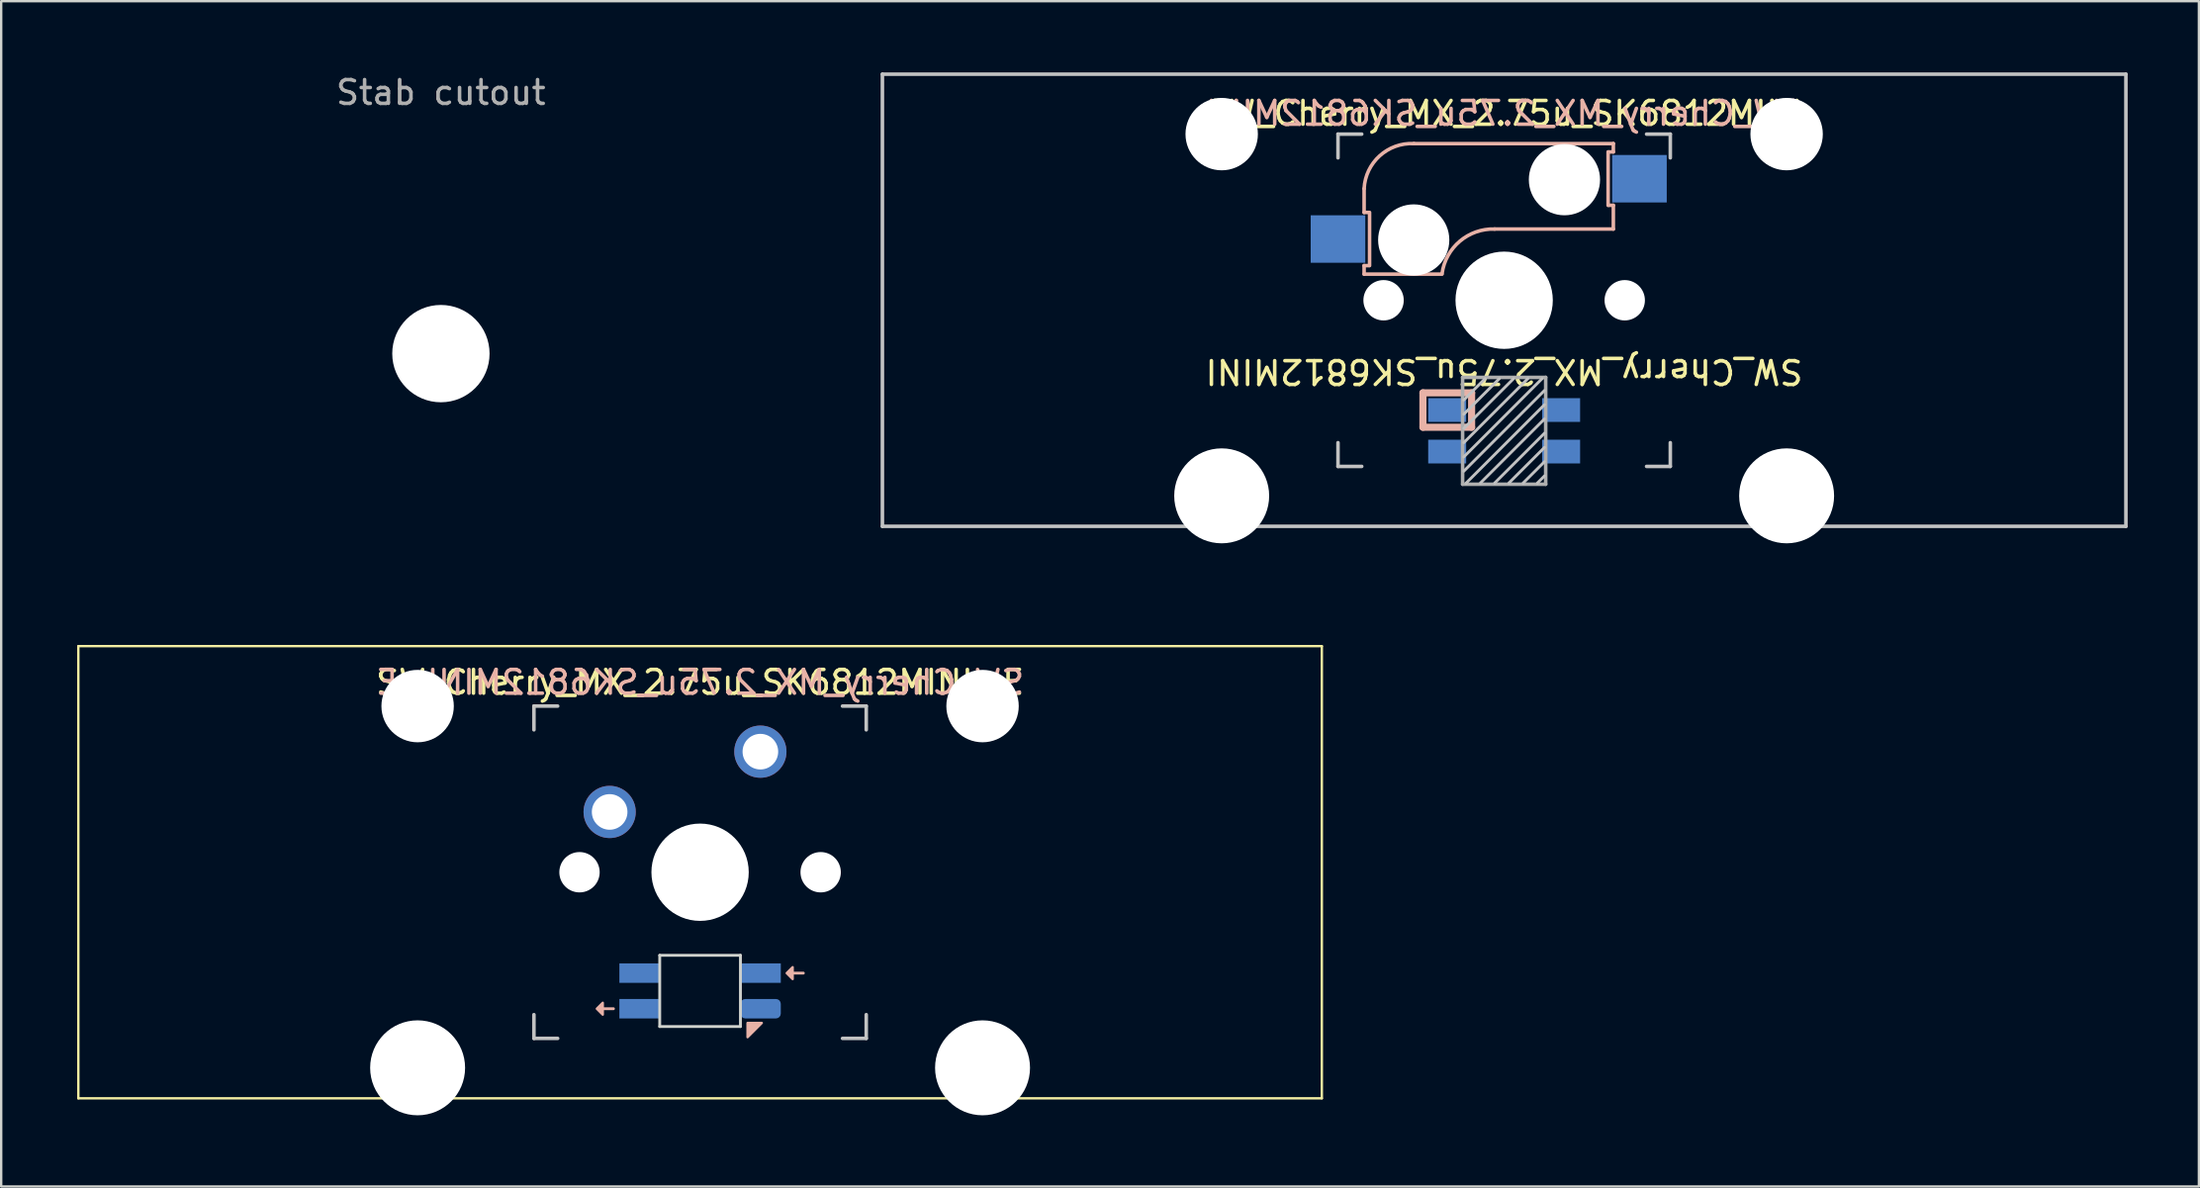
<source format=kicad_pcb>
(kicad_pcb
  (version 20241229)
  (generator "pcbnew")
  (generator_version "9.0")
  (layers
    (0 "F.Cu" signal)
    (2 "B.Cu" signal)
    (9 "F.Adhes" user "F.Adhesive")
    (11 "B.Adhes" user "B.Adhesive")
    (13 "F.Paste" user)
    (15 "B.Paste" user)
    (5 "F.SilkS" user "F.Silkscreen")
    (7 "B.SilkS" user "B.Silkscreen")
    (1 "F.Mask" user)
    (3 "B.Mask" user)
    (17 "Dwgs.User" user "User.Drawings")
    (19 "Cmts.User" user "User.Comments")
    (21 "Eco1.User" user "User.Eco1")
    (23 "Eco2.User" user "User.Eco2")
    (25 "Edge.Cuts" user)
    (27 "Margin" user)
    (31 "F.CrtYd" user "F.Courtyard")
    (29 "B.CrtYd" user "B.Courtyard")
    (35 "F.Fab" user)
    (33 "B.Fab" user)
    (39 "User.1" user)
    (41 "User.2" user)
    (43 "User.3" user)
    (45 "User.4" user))
  (footprint "SW_Cherry_MX_2.75u_SK6812MINI-E"
    (layer "F.Cu")
    (at 0.25 24.173)
    (property "Reference" "SW_Cherry_MX_2.75u_SK6812MINI-E" (at 26.194 1.525 0) (unlocked yes) (layer "F.SilkS") (effects (font (size 1 1) (thickness 0.15))))
    (attr through_hole)
    (fp_line (start 0 0) (end 52.388 0) (stroke (width 0.1) (type solid)) (layer "F.SilkS"))
    (fp_line (start 0 19.05) (end 0 0) (stroke (width 0.1) (type solid)) (layer "F.SilkS"))
    (fp_line (start 52.388 0) (end 52.388 19.05) (stroke (width 0.1) (type solid)) (layer "F.SilkS"))
    (fp_line (start 52.388 19.05) (end 0 19.05) (stroke (width 0.1) (type solid)) (layer "F.SilkS"))
    (fp_line (start 22.094 15.275) (end 22.544 15.275) (stroke (width 0.12) (type solid)) (layer "B.SilkS"))
    (fp_line (start 30.094 13.775) (end 30.544 13.775) (stroke (width 0.12) (type solid)) (layer "B.SilkS"))
    (fp_poly (pts (xy 22.094 15.025) (xy 21.844 15.275) (xy 22.094 15.525)) (stroke (width 0.1) (type solid)) (fill yes) (layer "B.SilkS"))
    (fp_poly (pts (xy 28.194 16.475) (xy 28.194 15.875) (xy 28.794 15.875)) (stroke (width 0.1) (type solid)) (fill yes) (layer "B.SilkS"))
    (fp_poly (pts (xy 30.094 13.525) (xy 29.844 13.775) (xy 30.094 14.025)) (stroke (width 0.1) (type solid)) (fill yes) (layer "B.SilkS"))
    (fp_line (start 19.194 2.525) (end 20.194 2.525) (stroke (width 0.15) (type solid)) (layer "Dwgs.User"))
    (fp_line (start 19.194 3.525) (end 19.194 2.525) (stroke (width 0.15) (type solid)) (layer "Dwgs.User"))
    (fp_line (start 19.194 15.525) (end 19.194 16.525) (stroke (width 0.15) (type solid)) (layer "Dwgs.User"))
    (fp_line (start 19.194 16.525) (end 20.194 16.525) (stroke (width 0.15) (type solid)) (layer "Dwgs.User"))
    (fp_line (start 32.194 16.525) (end 33.194 16.525) (stroke (width 0.15) (type solid)) (layer "Dwgs.User"))
    (fp_line (start 33.194 2.525) (end 32.194 2.525) (stroke (width 0.15) (type solid)) (layer "Dwgs.User"))
    (fp_line (start 33.194 2.525) (end 33.194 3.525) (stroke (width 0.15) (type solid)) (layer "Dwgs.User"))
    (fp_line (start 33.194 16.525) (end 33.194 15.525) (stroke (width 0.15) (type solid)) (layer "Dwgs.User"))
    (fp_line (start 10.064 17.297) (end 10.065 3.835) (stroke (width 0.05) (type solid)) (layer "Eco1.User"))
    (fp_line (start 10.065 3.835) (end 19.15 3.835) (stroke (width 0.05) (type solid)) (layer "Eco1.User"))
    (fp_line (start 17.148 16.129) (end 17.148 17.297) (stroke (width 0.05) (type solid)) (layer "Eco1.User"))
    (fp_line (start 17.148 17.297) (end 10.064 17.297) (stroke (width 0.05) (type solid)) (layer "Eco1.User"))
    (fp_line (start 19.15 2.475) (end 19.15 3.835) (stroke (width 0.05) (type solid)) (layer "Eco1.User"))
    (fp_line (start 19.15 2.475) (end 33.25 2.475) (stroke (width 0.05) (type solid)) (layer "Eco1.User"))
    (fp_line (start 19.15 16.129) (end 17.148 16.129) (stroke (width 0.05) (type solid)) (layer "Eco1.User"))
    (fp_line (start 19.15 16.129) (end 19.15 16.576) (stroke (width 0.05) (type solid)) (layer "Eco1.User"))
    (fp_line (start 33.25 2.475) (end 33.25 3.835) (stroke (width 0.05) (type solid)) (layer "Eco1.User"))
    (fp_line (start 33.25 16.129) (end 33.25 16.576) (stroke (width 0.05) (type solid)) (layer "Eco1.User"))
    (fp_line (start 33.25 16.129) (end 35.244 16.129) (stroke (width 0.05) (type solid)) (layer "Eco1.User"))
    (fp_line (start 33.25 16.576) (end 19.15 16.576) (stroke (width 0.05) (type solid)) (layer "Eco1.User"))
    (fp_line (start 35.244 17.297) (end 35.244 16.129) (stroke (width 0.05) (type solid)) (layer "Eco1.User"))
    (fp_line (start 35.244 17.297) (end 42.324 17.297) (stroke (width 0.05) (type solid)) (layer "Eco1.User"))
    (fp_line (start 42.323 3.835) (end 33.25 3.835) (stroke (width 0.05) (type solid)) (layer "Eco1.User"))
    (fp_line (start 42.324 17.297) (end 42.323 3.835) (stroke (width 0.05) (type solid)) (layer "Eco1.User"))
    (fp_line (start 24.494 13.025) (end 27.894 13.025) (stroke (width 0.12) (type solid)) (layer "Edge.Cuts"))
    (fp_line (start 24.494 16.025) (end 24.494 13.025) (stroke (width 0.12) (type solid)) (layer "Edge.Cuts"))
    (fp_line (start 27.894 13.025) (end 27.894 16.025) (stroke (width 0.12) (type solid)) (layer "Edge.Cuts"))
    (fp_line (start 27.894 16.025) (end 24.494 16.025) (stroke (width 0.12) (type solid)) (layer "Edge.Cuts"))
    (fp_text user "${REFERENCE}" (at 26.194 1.525 0) (layer "B.SilkS") (effects (font (size 1 1) (thickness 0.15)) (justify mirror)))
    (pad "" np_thru_hole circle (at 14.294 2.525) (size 3.05 3.05) (drill 3.05) (layers "*.Cu" "*.Mask"))
    (pad "" np_thru_hole circle (at 14.294 17.765) (size 4 4) (drill 4) (layers "*.Cu" "*.Mask"))
    (pad "" np_thru_hole circle (at 21.114 9.525) (size 1.7 1.7) (drill 1.7) (layers "*.Cu" "*.Mask"))
    (pad "" np_thru_hole circle (at 26.194 9.525 90) (size 4.1 4.1) (drill 4.1) (layers "*.Cu" "*.Mask"))
    (pad "" np_thru_hole circle (at 31.274 9.525) (size 1.7 1.7) (drill 1.7) (layers "*.Cu" "*.Mask"))
    (pad "" np_thru_hole circle (at 38.094 2.525) (size 3.05 3.05) (drill 3.05) (layers "*.Cu" "*.Mask"))
    (pad "" np_thru_hole circle (at 38.094 17.765) (size 4 4) (drill 4) (layers "*.Cu" "*.Mask"))
    (pad "1" thru_hole circle (at 22.384 6.985 180) (size 2.2 2.2) (drill 1.5) (layers "*.Cu" "*.Mask"))
    (pad "2" thru_hole circle (at 28.734 4.445 180) (size 2.2 2.2) (drill 1.5) (layers "*.Cu" "*.Mask"))
    (pad "3" smd rect (at 23.644 13.775) (size 1.7 0.82) (layers "B.Cu" "B.Mask" "B.Paste"))
    (pad "4" smd rect (at 23.644 15.275) (size 1.7 0.82) (layers "B.Cu" "B.Mask" "B.Paste"))
    (pad "5" smd roundrect (at 28.744 15.275) (size 1.7 0.82) (layers "B.Cu" "B.Mask" "B.Paste") (roundrect_rratio 0.25))
    (pad "6" smd rect (at 28.744 13.775) (size 1.7 0.82) (layers "B.Cu" "B.Mask" "B.Paste")))
  (footprint "SW_Cherry_MX_2.75u_SK6812MINI"
    (layer "F.Cu")
    (at 60.319 9.6)
    (property "Reference" "SW_Cherry_MX_2.75u_SK6812MINI" (at 0 3 180) (unlocked yes) (layer "F.SilkS") (effects (font (size 1 1) (thickness 0.15))))
    (attr through_hole)
    (fp_line (start -5.9 -4.7) (end -5.9 -3.7) (stroke (width 0.15) (type solid)) (layer "B.SilkS"))
    (fp_line (start -5.9 -3.7) (end -5.7 -3.7) (stroke (width 0.15) (type solid)) (layer "B.SilkS"))
    (fp_line (start -5.9 -1.1) (end -5.9 -1.46) (stroke (width 0.15) (type solid)) (layer "B.SilkS"))
    (fp_line (start -5.9 -1.1) (end -2.62 -1.1) (stroke (width 0.15) (type solid)) (layer "B.SilkS"))
    (fp_line (start -5.7 -1.46) (end -5.9 -1.46) (stroke (width 0.15) (type solid)) (layer "B.SilkS"))
    (fp_line (start -5.67 -3.7) (end -5.67 -1.46) (stroke (width 0.15) (type solid)) (layer "B.SilkS"))
    (fp_line (start -3.421 3.9) (end -1.371 3.9) (stroke (width 0.3) (type solid)) (layer "B.SilkS"))
    (fp_line (start -3.421 5.35) (end -3.421 3.9) (stroke (width 0.3) (type solid)) (layer "B.SilkS"))
    (fp_line (start -1.371 3.9) (end -1.371 5.35) (stroke (width 0.3) (type solid)) (layer "B.SilkS"))
    (fp_line (start -1.371 5.35) (end -3.421 5.35) (stroke (width 0.3) (type solid)) (layer "B.SilkS"))
    (fp_line (start -0.4 -3) (end 4.6 -3) (stroke (width 0.15) (type solid)) (layer "B.SilkS"))
    (fp_line (start 4.38 -4) (end 4.38 -6.25) (stroke (width 0.15) (type solid)) (layer "B.SilkS"))
    (fp_line (start 4.4 -6.25) (end 4.6 -6.25) (stroke (width 0.15) (type solid)) (layer "B.SilkS"))
    (fp_line (start 4.6 -6.6) (end -3.8 -6.6) (stroke (width 0.15) (type solid)) (layer "B.SilkS"))
    (fp_line (start 4.6 -6.25) (end 4.6 -6.6) (stroke (width 0.15) (type solid)) (layer "B.SilkS"))
    (fp_line (start 4.6 -4) (end 4.4 -4) (stroke (width 0.15) (type solid)) (layer "B.SilkS"))
    (fp_line (start 4.6 -3) (end 4.6 -4) (stroke (width 0.15) (type solid)) (layer "B.SilkS"))
    (fp_arc (start -5.9 -4.699999) (mid -5.243504 -6.084924) (end -3.800001 -6.6) (stroke (width 0.15) (type solid)) (layer "B.SilkS"))
    (fp_arc (start -2.616318 -1.121471) (mid -1.868709 -2.486118) (end -0.4 -3) (stroke (width 0.15) (type solid)) (layer "B.SilkS"))
    (fp_line (start -26.194 -9.525) (end 26.194 -9.525) (stroke (width 0.15) (type solid)) (layer "Dwgs.User"))
    (fp_line (start -26.194 9.525) (end -26.194 -9.525) (stroke (width 0.15) (type solid)) (layer "Dwgs.User"))
    (fp_line (start -7 -7) (end -6 -7) (stroke (width 0.15) (type solid)) (layer "Dwgs.User"))
    (fp_line (start -7 -6) (end -7 -7) (stroke (width 0.15) (type solid)) (layer "Dwgs.User"))
    (fp_line (start -7 6) (end -7 7) (stroke (width 0.15) (type solid)) (layer "Dwgs.User"))
    (fp_line (start -7 7) (end -6 7) (stroke (width 0.15) (type solid)) (layer "Dwgs.User"))
    (fp_line (start -0.8 3.3) (end -1.7 4.2) (stroke (width 0.12) (type solid)) (layer "Dwgs.User"))
    (fp_line (start -0.2 3.3) (end -1.7 4.8) (stroke (width 0.12) (type solid)) (layer "Dwgs.User"))
    (fp_line (start 0.4 3.3) (end -1.7 5.4) (stroke (width 0.12) (type solid)) (layer "Dwgs.User"))
    (fp_line (start 1 3.3) (end -1.7 6) (stroke (width 0.12) (type solid)) (layer "Dwgs.User"))
    (fp_line (start 1.6 3.3) (end -1.7 6.6) (stroke (width 0.12) (type solid)) (layer "Dwgs.User"))
    (fp_line (start 1.7 3.8) (end -1.7 7.2) (stroke (width 0.12) (type solid)) (layer "Dwgs.User"))
    (fp_line (start 1.7 4.4) (end -1.6 7.7) (stroke (width 0.12) (type solid)) (layer "Dwgs.User"))
    (fp_line (start 1.7 5) (end -1 7.7) (stroke (width 0.12) (type solid)) (layer "Dwgs.User"))
    (fp_line (start 1.7 5.6) (end -0.4 7.7) (stroke (width 0.12) (type solid)) (layer "Dwgs.User"))
    (fp_line (start 1.7 6.2) (end 0.2 7.7) (stroke (width 0.12) (type solid)) (layer "Dwgs.User"))
    (fp_line (start 1.7 6.8) (end 0.8 7.7) (stroke (width 0.12) (type solid)) (layer "Dwgs.User"))
    (fp_line (start 1.7 7.4) (end 1.4 7.7) (stroke (width 0.12) (type solid)) (layer "Dwgs.User"))
    (fp_line (start 6 7) (end 7 7) (stroke (width 0.15) (type solid)) (layer "Dwgs.User"))
    (fp_line (start 7 -7) (end 6 -7) (stroke (width 0.15) (type solid)) (layer "Dwgs.User"))
    (fp_line (start 7 -7) (end 7 -6) (stroke (width 0.15) (type solid)) (layer "Dwgs.User"))
    (fp_line (start 7 7) (end 7 6) (stroke (width 0.15) (type solid)) (layer "Dwgs.User"))
    (fp_line (start 26.194 -9.525) (end 26.194 9.525) (stroke (width 0.15) (type solid)) (layer "Dwgs.User"))
    (fp_line (start 26.194 9.525) (end -26.194 9.525) (stroke (width 0.15) (type solid)) (layer "Dwgs.User"))
    (fp_line (start -16.129 -2.286) (end -15.265 -2.286) (stroke (width 0.05) (type solid)) (layer "Eco1.User"))
    (fp_line (start -16.129 0.508) (end -16.129 -2.286) (stroke (width 0.05) (type solid)) (layer "Eco1.User"))
    (fp_line (start -15.265 -5.69) (end -8.611 -5.69) (stroke (width 0.05) (type solid)) (layer "Eco1.User"))
    (fp_line (start -15.265 -2.286) (end -15.265 -5.69) (stroke (width 0.05) (type solid)) (layer "Eco1.User"))
    (fp_line (start -15.265 0.508) (end -16.129 0.508) (stroke (width 0.05) (type solid)) (layer "Eco1.User"))
    (fp_line (start -15.265 6.604) (end -15.265 0.508) (stroke (width 0.05) (type solid)) (layer "Eco1.User"))
    (fp_line (start -14.224 6.604) (end -15.265 6.604) (stroke (width 0.05) (type solid)) (layer "Eco1.User"))
    (fp_line (start -14.224 7.772) (end -14.224 6.604) (stroke (width 0.05) (type solid)) (layer "Eco1.User"))
    (fp_line (start -9.652 6.604) (end -9.652 7.772) (stroke (width 0.05) (type solid)) (layer "Eco1.User"))
    (fp_line (start -9.652 7.772) (end -14.224 7.772) (stroke (width 0.05) (type solid)) (layer "Eco1.User"))
    (fp_line (start -8.611 -5.69) (end -8.611 -4.877) (stroke (width 0.05) (type solid)) (layer "Eco1.User"))
    (fp_line (start -8.611 -4.877) (end -6.985 -4.877) (stroke (width 0.05) (type solid)) (layer "Eco1.User"))
    (fp_line (start -8.611 5.817) (end -8.611 6.604) (stroke (width 0.05) (type solid)) (layer "Eco1.User"))
    (fp_line (start -8.611 6.604) (end -9.652 6.604) (stroke (width 0.05) (type solid)) (layer "Eco1.User"))
    (fp_line (start -6.985 -6.985) (end 6.985 -6.985) (stroke (width 0.05) (type solid)) (layer "Eco1.User"))
    (fp_line (start -6.985 -4.877) (end -6.985 -6.985) (stroke (width 0.05) (type solid)) (layer "Eco1.User"))
    (fp_line (start -6.985 5.817) (end -8.611 5.817) (stroke (width 0.05) (type solid)) (layer "Eco1.User"))
    (fp_line (start -6.985 6.985) (end -6.985 5.817) (stroke (width 0.05) (type solid)) (layer "Eco1.User"))
    (fp_line (start 6.985 -6.985) (end 6.985 -4.877) (stroke (width 0.05) (type solid)) (layer "Eco1.User"))
    (fp_line (start 6.985 -4.877) (end 8.611 -4.877) (stroke (width 0.05) (type solid)) (layer "Eco1.User"))
    (fp_line (start 6.985 5.817) (end 6.985 6.985) (stroke (width 0.05) (type solid)) (layer "Eco1.User"))
    (fp_line (start 6.985 6.985) (end -6.985 6.985) (stroke (width 0.05) (type solid)) (layer "Eco1.User"))
    (fp_line (start 8.611 -5.69) (end 15.265 -5.69) (stroke (width 0.05) (type solid)) (layer "Eco1.User"))
    (fp_line (start 8.611 -4.877) (end 8.611 -5.69) (stroke (width 0.05) (type solid)) (layer "Eco1.User"))
    (fp_line (start 8.611 5.817) (end 6.985 5.817) (stroke (width 0.05) (type solid)) (layer "Eco1.User"))
    (fp_line (start 8.611 6.604) (end 8.611 5.817) (stroke (width 0.05) (type solid)) (layer "Eco1.User"))
    (fp_line (start 9.652 6.604) (end 8.611 6.604) (stroke (width 0.05) (type solid)) (layer "Eco1.User"))
    (fp_line (start 9.652 7.772) (end 9.652 6.604) (stroke (width 0.05) (type solid)) (layer "Eco1.User"))
    (fp_line (start 14.224 6.604) (end 14.224 7.772) (stroke (width 0.05) (type solid)) (layer "Eco1.User"))
    (fp_line (start 14.224 7.772) (end 9.652 7.772) (stroke (width 0.05) (type solid)) (layer "Eco1.User"))
    (fp_line (start 15.265 -5.69) (end 15.265 -2.286) (stroke (width 0.05) (type solid)) (layer "Eco1.User"))
    (fp_line (start 15.265 -2.286) (end 16.129 -2.286) (stroke (width 0.05) (type solid)) (layer "Eco1.User"))
    (fp_line (start 15.265 0.508) (end 15.265 6.604) (stroke (width 0.05) (type solid)) (layer "Eco1.User"))
    (fp_line (start 15.265 6.604) (end 14.224 6.604) (stroke (width 0.05) (type solid)) (layer "Eco1.User"))
    (fp_line (start 16.129 -2.286) (end 16.129 0.508) (stroke (width 0.05) (type solid)) (layer "Eco1.User"))
    (fp_line (start 16.129 0.508) (end 15.265 0.508) (stroke (width 0.05) (type solid)) (layer "Eco1.User"))
    (fp_line (start -1.75 3.25) (end -1.75 7.75) (stroke (width 0.15) (type solid)) (layer "F.Fab"))
    (fp_line (start -1.75 3.25) (end 1.75 3.25) (stroke (width 0.15) (type solid)) (layer "F.Fab"))
    (fp_line (start 1.75 3.25) (end 1.75 7.75) (stroke (width 0.15) (type solid)) (layer "F.Fab"))
    (fp_line (start 1.75 7.75) (end -1.75 7.75) (stroke (width 0.15) (type solid)) (layer "F.Fab"))
    (fp_text user "${REFERENCE}" (at 0 -7.874 0) (layer "F.SilkS") (effects (font (size 1 1) (thickness 0.15))))
    (fp_text user "${REFERENCE}" (at 0 -7.874 0) (layer "B.SilkS") (effects (font (size 1 1) (thickness 0.15)) (justify mirror)))
    (pad "" np_thru_hole circle (at -11.9 -7) (size 3.05 3.05) (drill 3.05) (layers "*.Cu" "*.Mask"))
    (pad "" np_thru_hole circle (at -11.9 8.24) (size 4 4) (drill 4) (layers "*.Cu" "*.Mask"))
    (pad "" np_thru_hole circle (at -5.08 0) (size 1.7 1.7) (drill 1.7) (layers "*.Cu" "*.Mask"))
    (pad "" np_thru_hole circle (at -3.81 -2.54 180) (size 3 3) (drill 3) (layers "*.Cu" "*.Mask"))
    (pad "" np_thru_hole circle (at 0 0 90) (size 4.1 4.1) (drill 4.1) (layers "*.Cu" "*.Mask"))
    (pad "" np_thru_hole circle (at 2.54 -5.08 180) (size 3 3) (drill 3) (layers "*.Cu" "*.Mask"))
    (pad "" np_thru_hole circle (at 5.08 0) (size 1.7 1.7) (drill 1.7) (layers "*.Cu" "*.Mask"))
    (pad "" np_thru_hole circle (at 11.9 -7) (size 3.05 3.05) (drill 3.05) (layers "*.Cu" "*.Mask"))
    (pad "" np_thru_hole circle (at 11.9 8.24) (size 4 4) (drill 4) (layers "*.Cu" "*.Mask"))
    (pad "1" smd rect (at -2.4 4.625) (size 1.6 1) (layers "B.Cu" "B.Mask" "B.Paste"))
    (pad "2" smd rect (at -2.4 6.375) (size 1.6 1) (layers "B.Cu" "B.Mask" "B.Paste"))
    (pad "3" smd rect (at 2.4 6.375) (size 1.6 1) (layers "B.Cu" "B.Mask" "B.Paste"))
    (pad "4" smd rect (at 2.4 4.625) (size 1.6 1) (layers "B.Cu" "B.Mask" "B.Paste"))
    (pad "5" smd rect (at -7 -2.58 180) (size 2.3 2) (layers "B.Cu" "B.Mask" "B.Paste"))
    (pad "6" smd rect (at 5.7 -5.12 180) (size 2.3 2) (layers "B.Cu" "B.Mask" "B.Paste")))
  (footprint "Stab cutout"
    (layer "F.Cu")
    (at 15.525 11.848)
    (property "Reference" "Stab cutout" (at 0 -11 0) (unlocked yes) (layer "F.SilkS") (effects (font (size 1 1) (thickness 0.1))))
    (attr through_hole)
    (fp_line (start -15.5 -6.05) (end -7.05 -6.05) (stroke (width 0.05) (type solid)) (layer "Eco1.User"))
    (fp_line (start -15.5 9.05) (end -15.5 -6.05) (stroke (width 0.05) (type solid)) (layer "Eco1.User"))
    (fp_line (start -8.5 7.05) (end -8.5 9.05) (stroke (width 0.05) (type solid)) (layer "Eco1.User"))
    (fp_line (start -8.5 9.05) (end -15.5 9.05) (stroke (width 0.05) (type solid)) (layer "Eco1.User"))
    (fp_line (start -7.05 -7.05) (end -7.05 -6.05) (stroke (width 0.05) (type solid)) (layer "Eco1.User"))
    (fp_line (start -7.05 -7.05) (end 7.05 -7.05) (stroke (width 0.05) (type solid)) (layer "Eco1.User"))
    (fp_line (start 0 7.05) (end -8.5 7.05) (stroke (width 0.05) (type solid)) (layer "Eco1.User"))
    (fp_line (start 0 7.05) (end 8.5 7.05) (stroke (width 0.05) (type default)) (layer "Eco1.User"))
    (fp_line (start 7.05 -7.05) (end 7.05 -6.05) (stroke (width 0.05) (type solid)) (layer "Eco1.User"))
    (fp_line (start 7.05 -6.05) (end 15.5 -6.05) (stroke (width 0.05) (type solid)) (layer "Eco1.User"))
    (fp_line (start 8.5 9.05) (end 8.5 7.05) (stroke (width 0.05) (type solid)) (layer "Eco1.User"))
    (fp_line (start 8.5 9.05) (end 15.5 9.05) (stroke (width 0.05) (type solid)) (layer "Eco1.User"))
    (fp_line (start 15.5 9.05) (end 15.5 -6.05) (stroke (width 0.05) (type solid)) (layer "Eco1.User"))
    (fp_text user "${REFERENCE}" (at 0 -11 0) (unlocked yes) (layer "F.Fab") (effects (font (size 1 1) (thickness 0.15))))
    (pad "" np_thru_hole circle (at 0 0 90) (size 4.1 4.1) (drill 4.1) (layers "*.Cu" "*.Mask")))
  (gr_rect
    (start -3 -3)
    (end 89.588 46.938)
    (stroke (width 0.1) (type default))
    (fill no)
    (layer "Edge.Cuts")))
</source>
